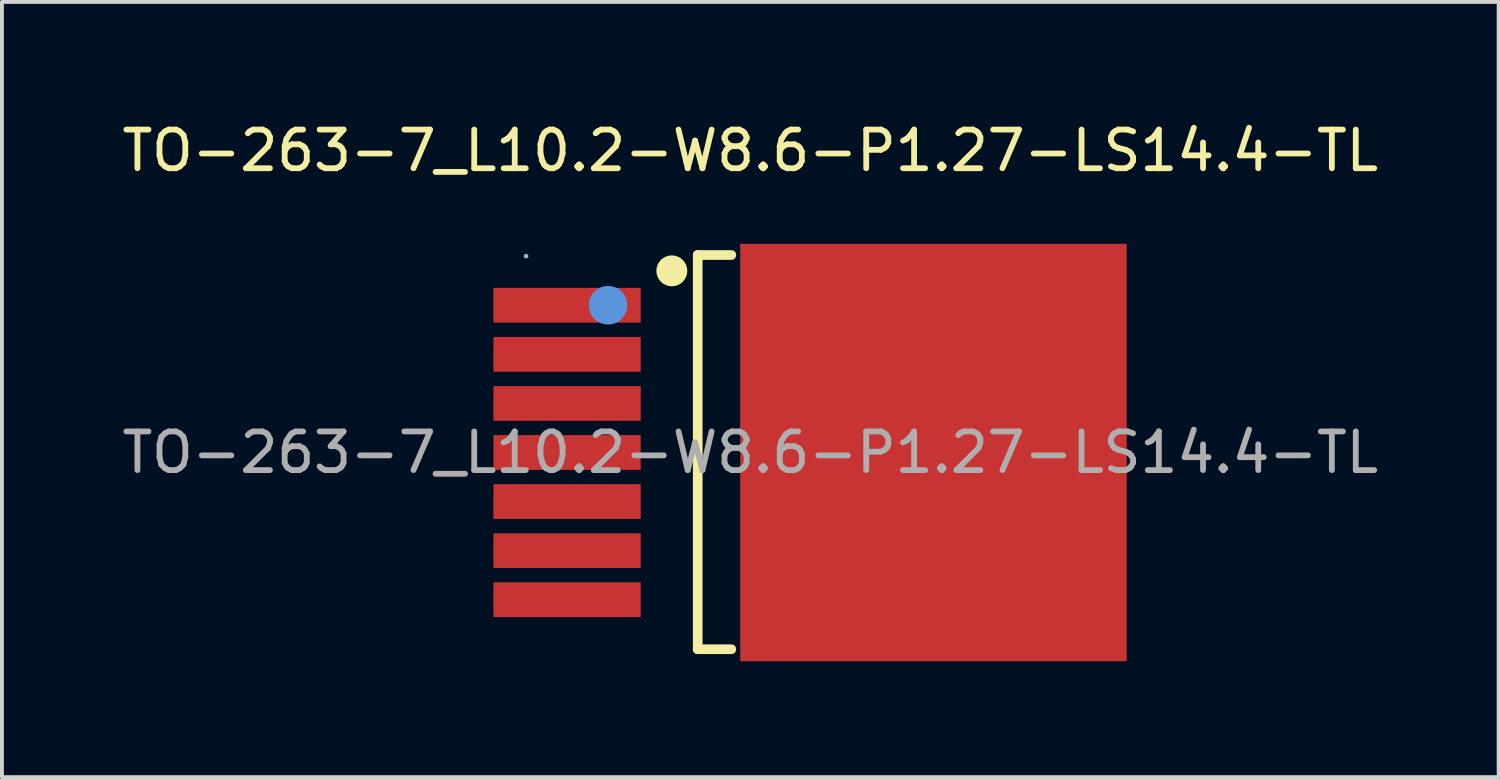
<source format=kicad_pcb>
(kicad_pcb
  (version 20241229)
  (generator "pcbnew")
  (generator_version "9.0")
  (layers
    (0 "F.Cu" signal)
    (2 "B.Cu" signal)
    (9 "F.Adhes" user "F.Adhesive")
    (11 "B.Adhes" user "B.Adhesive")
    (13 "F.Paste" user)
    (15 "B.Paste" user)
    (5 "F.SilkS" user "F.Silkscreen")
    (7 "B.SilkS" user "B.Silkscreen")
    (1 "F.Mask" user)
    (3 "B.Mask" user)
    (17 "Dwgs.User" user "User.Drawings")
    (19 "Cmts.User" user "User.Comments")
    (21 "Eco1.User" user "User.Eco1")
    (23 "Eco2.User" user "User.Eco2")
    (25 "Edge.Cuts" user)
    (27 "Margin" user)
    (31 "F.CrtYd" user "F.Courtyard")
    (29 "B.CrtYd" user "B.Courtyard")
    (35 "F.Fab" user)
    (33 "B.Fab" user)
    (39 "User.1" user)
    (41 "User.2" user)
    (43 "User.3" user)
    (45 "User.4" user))
  (footprint "TO-263-7_L10.2-W8.6-P1.27-LS14.4-TL"
    (layer "F.Cu")
    (at 16.363 8.658)
    (property "Reference" "TO-263-7_L10.2-W8.6-P1.27-LS14.4-TL" (at 0 -7.81 0) (layer "F.SilkS") (effects (font (size 1 1) (thickness 0.15))))
    (attr smd)
    (fp_line (start -1.36 -5.11) (end -1.36 5.09) (stroke (width 0.25) (type solid)) (layer "F.SilkS"))
    (fp_line (start -1.36 5.09) (end -0.49 5.09) (stroke (width 0.25) (type solid)) (layer "F.SilkS"))
    (fp_line (start -0.49 -5.11) (end -1.36 -5.11) (stroke (width 0.25) (type solid)) (layer "F.SilkS"))
    (fp_circle (center -2.03 -4.7) (end -1.83 -4.7) (stroke (width 0.4) (type solid)) (fill no) (layer "F.SilkS"))
    (fp_circle (center -3.68 -3.81) (end -3.43 -3.81) (stroke (width 0.5) (type solid)) (fill no) (layer "Cmts.User"))
    (fp_circle (center -5.8 -5.08) (end -5.77 -5.08) (stroke (width 0.06) (type solid)) (fill no) (layer "F.Fab"))
    (fp_text user "${REFERENCE}" (at 0 0 0) (layer "F.Fab") (effects (font (size 1 1) (thickness 0.15))))
    (pad "1" smd rect (at -4.74 -3.81) (size 3.81 0.9) (layers "F.Cu" "F.Mask" "F.Paste"))
    (pad "2" smd rect (at -4.74 -2.54) (size 3.81 0.9) (layers "F.Cu" "F.Mask" "F.Paste"))
    (pad "3" smd rect (at -4.74 -1.27) (size 3.81 0.9) (layers "F.Cu" "F.Mask" "F.Paste"))
    (pad "4" smd rect (at -4.74 0) (size 3.81 0.9) (layers "F.Cu" "F.Mask" "F.Paste"))
    (pad "5" smd rect (at -4.74 1.27) (size 3.81 0.9) (layers "F.Cu" "F.Mask" "F.Paste"))
    (pad "6" smd rect (at -4.74 2.54) (size 3.81 0.9) (layers "F.Cu" "F.Mask" "F.Paste"))
    (pad "7" smd rect (at -4.74 3.81) (size 3.81 0.9) (layers "F.Cu" "F.Mask" "F.Paste"))
    (pad "8" smd rect (at 4.74 0) (size 10 10.8) (layers "F.Cu" "F.Mask" "F.Paste")))
  (gr_rect
    (start -3 -3)
    (end 35.726 17.058)
    (stroke (width 0.1) (type default))
    (fill no)
    (layer "Edge.Cuts")))
</source>
